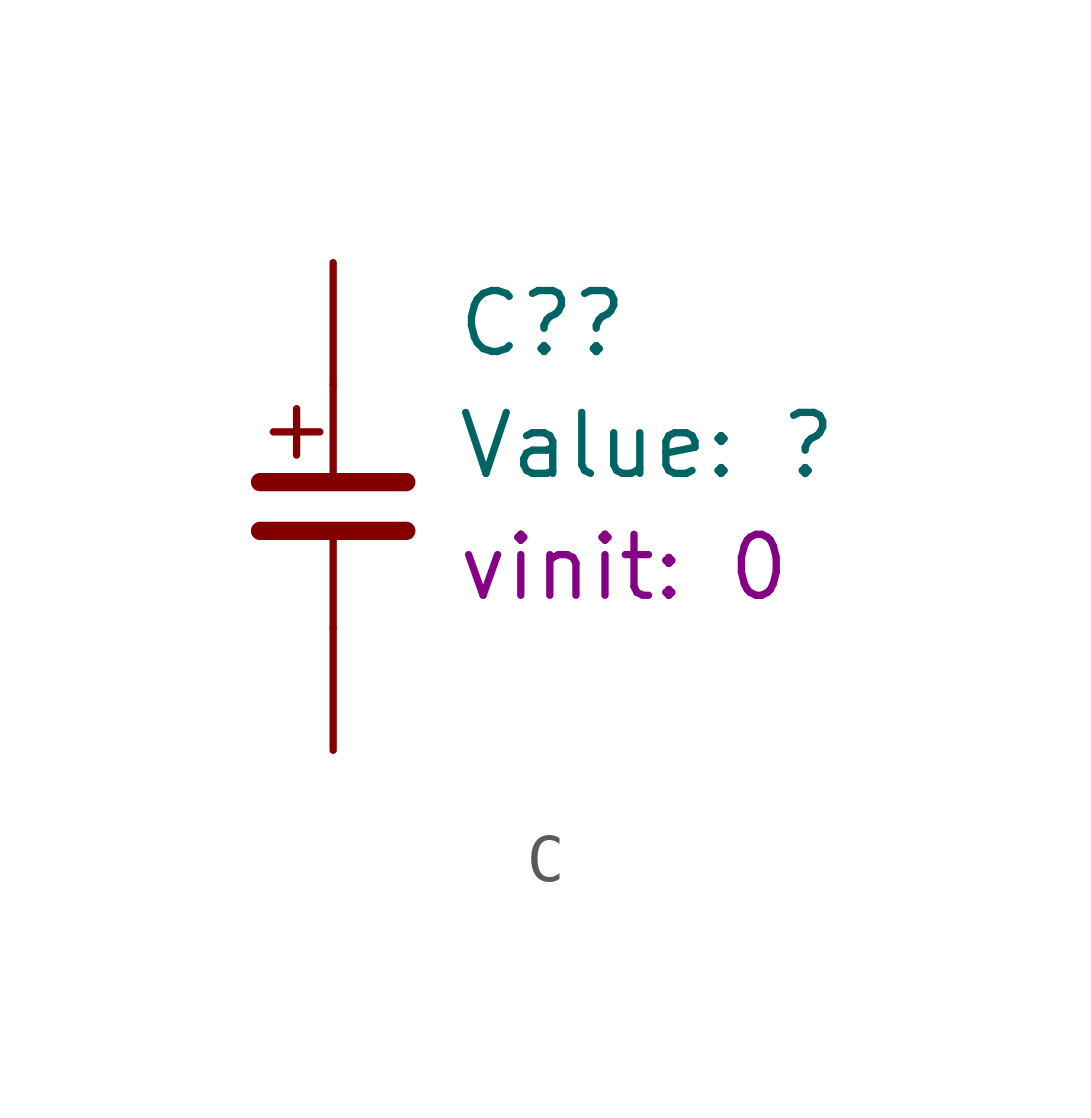
<source format=kicad_sym>
(kicad_symbol_lib
  (version 20241209)
  (generator "kicad_symbol_editor")
  (generator_version "9.0")
  (symbol "C"
    (pin_numbers
      (hide yes))
    (pin_names
      (offset 1.016)
      (hide yes))
    (property "Reference" "C?"
      (at 2.54 3.81 0)
      (effects (font (size 1.27 1.27)) (justify left)))
    (property "Value" "?"
      (at 2.54 1.27 0)
      (show_name)
      (effects (font (size 1.27 1.27)) (justify left)))
    (property "vinit" "0"
      (at 2.54 -1.27 0)
      (show_name)
      (effects (font (size 1.27 1.27)) (justify left)))
    (symbol "C_0_0"
      (text "+" (at -0.762 1.651 0) (effects (font (size 1.27 1.27)))))
    (symbol "C_0_1"
      (polyline (pts (xy -1.524 0.508) (xy 1.524 0.508)) (stroke (width 0.381) (type solid)) (fill (type none)))
      (polyline (pts (xy -1.524 -0.508) (xy 1.524 -0.508)) (stroke (width 0.381) (type solid)) (fill (type none)))
      (polyline (pts (xy 0 2.54) (xy 0 0.508)) (stroke (width 0) (type solid)) (fill (type none)))
      (polyline (pts (xy 0 -2.54) (xy 0 -0.508)) (stroke (width 0) (type solid)) (fill (type none))))
    (symbol "C_1_0"
      (pin passive line (at 0 5.08 270) (length 2.54) (name "1" (effects (font (size 1.27 1.27)))) (number "1" (effects (font (size 1.27 1.27)))))
      (pin passive line (at 0 -5.08 90) (length 2.54) (name "2" (effects (font (size 1.27 1.27)))) (number "2" (effects (font (size 1.27 1.27))))))))
</source>
